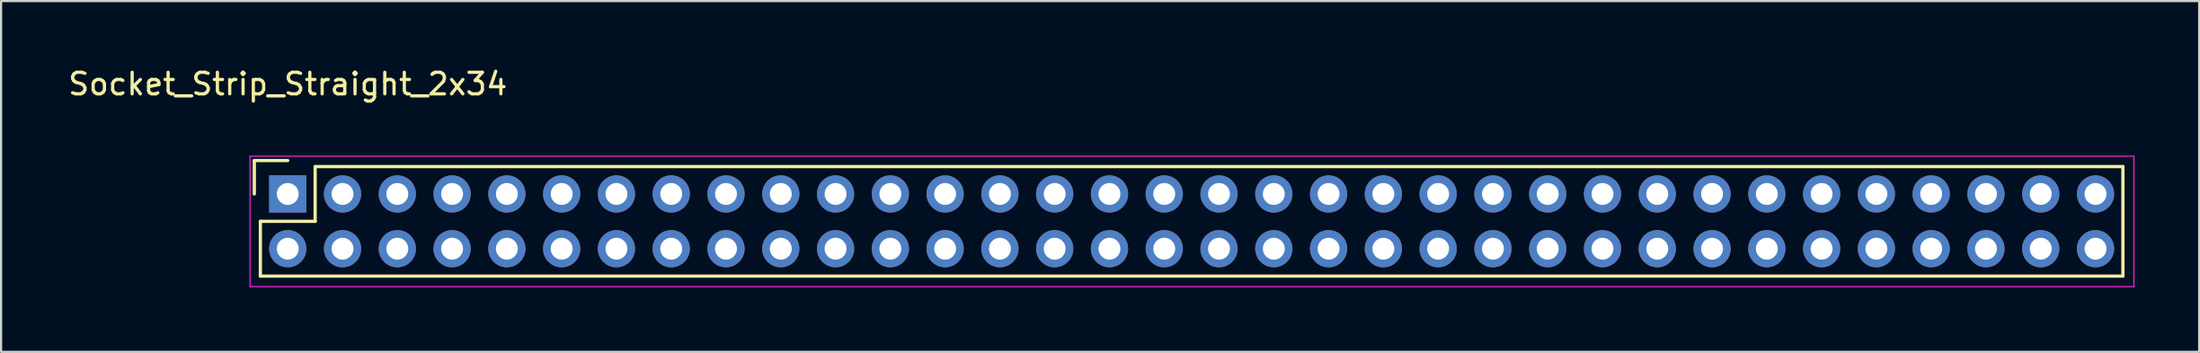
<source format=kicad_pcb>
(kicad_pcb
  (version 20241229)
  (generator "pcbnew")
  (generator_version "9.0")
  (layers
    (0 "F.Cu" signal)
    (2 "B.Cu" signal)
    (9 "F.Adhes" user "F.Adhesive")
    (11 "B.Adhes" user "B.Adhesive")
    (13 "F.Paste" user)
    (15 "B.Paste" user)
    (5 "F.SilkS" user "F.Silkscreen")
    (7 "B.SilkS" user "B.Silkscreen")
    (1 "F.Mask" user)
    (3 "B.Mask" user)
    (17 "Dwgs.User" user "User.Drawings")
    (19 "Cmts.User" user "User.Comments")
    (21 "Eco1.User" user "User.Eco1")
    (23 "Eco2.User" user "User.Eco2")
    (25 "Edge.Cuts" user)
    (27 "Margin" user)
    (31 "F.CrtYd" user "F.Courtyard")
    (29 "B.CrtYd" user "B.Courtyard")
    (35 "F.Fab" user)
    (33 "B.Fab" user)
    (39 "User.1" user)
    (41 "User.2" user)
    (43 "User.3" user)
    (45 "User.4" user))
  (footprint "Socket_Strip_Straight_2x34"
    (layer "F.Cu")
    (at 10.292 5.948)
    (property "Reference" "Socket_Strip_Straight_2x34" (at 0 -5.1 0) (layer "F.SilkS") (effects (font (size 1 1) (thickness 0.15))))
    (attr through_hole)
    (fp_line (start -1.55 -1.55) (end -1.55 0) (stroke (width 0.15) (type solid)) (layer "F.SilkS"))
    (fp_line (start -1.27 1.27) (end 1.27 1.27) (stroke (width 0.15) (type solid)) (layer "F.SilkS"))
    (fp_line (start -1.27 3.81) (end -1.27 1.27) (stroke (width 0.15) (type solid)) (layer "F.SilkS"))
    (fp_line (start 0 -1.55) (end -1.55 -1.55) (stroke (width 0.15) (type solid)) (layer "F.SilkS"))
    (fp_line (start 1.27 -1.27) (end 85.09 -1.27) (stroke (width 0.15) (type solid)) (layer "F.SilkS"))
    (fp_line (start 1.27 1.27) (end 1.27 -1.27) (stroke (width 0.15) (type solid)) (layer "F.SilkS"))
    (fp_line (start 85.09 3.81) (end -1.27 3.81) (stroke (width 0.15) (type solid)) (layer "F.SilkS"))
    (fp_line (start 85.09 3.81) (end 85.09 -1.27) (stroke (width 0.15) (type solid)) (layer "F.SilkS"))
    (fp_line (start -1.75 -1.75) (end -1.75 4.3) (stroke (width 0.05) (type solid)) (layer "F.CrtYd"))
    (fp_line (start -1.75 -1.75) (end 85.6 -1.75) (stroke (width 0.05) (type solid)) (layer "F.CrtYd"))
    (fp_line (start -1.75 4.3) (end 85.6 4.3) (stroke (width 0.05) (type solid)) (layer "F.CrtYd"))
    (fp_line (start 85.6 -1.75) (end 85.6 4.3) (stroke (width 0.05) (type solid)) (layer "F.CrtYd"))
    (pad "1" thru_hole rect (at 0 0) (size 1.727 1.727) (drill 1.016) (layers "*.Cu" "*.Mask"))
    (pad "2" thru_hole oval (at 0 2.54) (size 1.727 1.727) (drill 1.016) (layers "*.Cu" "*.Mask"))
    (pad "3" thru_hole oval (at 2.54 0) (size 1.727 1.727) (drill 1.016) (layers "*.Cu" "*.Mask"))
    (pad "4" thru_hole oval (at 2.54 2.54) (size 1.727 1.727) (drill 1.016) (layers "*.Cu" "*.Mask"))
    (pad "5" thru_hole oval (at 5.08 0) (size 1.727 1.727) (drill 1.016) (layers "*.Cu" "*.Mask"))
    (pad "6" thru_hole oval (at 5.08 2.54) (size 1.727 1.727) (drill 1.016) (layers "*.Cu" "*.Mask"))
    (pad "7" thru_hole oval (at 7.62 0) (size 1.727 1.727) (drill 1.016) (layers "*.Cu" "*.Mask"))
    (pad "8" thru_hole oval (at 7.62 2.54) (size 1.727 1.727) (drill 1.016) (layers "*.Cu" "*.Mask"))
    (pad "9" thru_hole oval (at 10.16 0) (size 1.727 1.727) (drill 1.016) (layers "*.Cu" "*.Mask"))
    (pad "10" thru_hole oval (at 10.16 2.54) (size 1.727 1.727) (drill 1.016) (layers "*.Cu" "*.Mask"))
    (pad "11" thru_hole oval (at 12.7 0) (size 1.727 1.727) (drill 1.016) (layers "*.Cu" "*.Mask"))
    (pad "12" thru_hole oval (at 12.7 2.54) (size 1.727 1.727) (drill 1.016) (layers "*.Cu" "*.Mask"))
    (pad "13" thru_hole oval (at 15.24 0) (size 1.727 1.727) (drill 1.016) (layers "*.Cu" "*.Mask"))
    (pad "14" thru_hole oval (at 15.24 2.54) (size 1.727 1.727) (drill 1.016) (layers "*.Cu" "*.Mask"))
    (pad "15" thru_hole oval (at 17.78 0) (size 1.727 1.727) (drill 1.016) (layers "*.Cu" "*.Mask"))
    (pad "16" thru_hole oval (at 17.78 2.54) (size 1.727 1.727) (drill 1.016) (layers "*.Cu" "*.Mask"))
    (pad "17" thru_hole oval (at 20.32 0) (size 1.727 1.727) (drill 1.016) (layers "*.Cu" "*.Mask"))
    (pad "18" thru_hole oval (at 20.32 2.54) (size 1.727 1.727) (drill 1.016) (layers "*.Cu" "*.Mask"))
    (pad "19" thru_hole oval (at 22.86 0) (size 1.727 1.727) (drill 1.016) (layers "*.Cu" "*.Mask"))
    (pad "20" thru_hole oval (at 22.86 2.54) (size 1.727 1.727) (drill 1.016) (layers "*.Cu" "*.Mask"))
    (pad "21" thru_hole oval (at 25.4 0) (size 1.727 1.727) (drill 1.016) (layers "*.Cu" "*.Mask"))
    (pad "22" thru_hole oval (at 25.4 2.54) (size 1.727 1.727) (drill 1.016) (layers "*.Cu" "*.Mask"))
    (pad "23" thru_hole oval (at 27.94 0) (size 1.727 1.727) (drill 1.016) (layers "*.Cu" "*.Mask"))
    (pad "24" thru_hole oval (at 27.94 2.54) (size 1.727 1.727) (drill 1.016) (layers "*.Cu" "*.Mask"))
    (pad "25" thru_hole oval (at 30.48 0) (size 1.727 1.727) (drill 1.016) (layers "*.Cu" "*.Mask"))
    (pad "26" thru_hole oval (at 30.48 2.54) (size 1.727 1.727) (drill 1.016) (layers "*.Cu" "*.Mask"))
    (pad "27" thru_hole oval (at 33.02 0) (size 1.727 1.727) (drill 1.016) (layers "*.Cu" "*.Mask"))
    (pad "28" thru_hole oval (at 33.02 2.54) (size 1.727 1.727) (drill 1.016) (layers "*.Cu" "*.Mask"))
    (pad "29" thru_hole oval (at 35.56 0) (size 1.727 1.727) (drill 1.016) (layers "*.Cu" "*.Mask"))
    (pad "30" thru_hole oval (at 35.56 2.54) (size 1.727 1.727) (drill 1.016) (layers "*.Cu" "*.Mask"))
    (pad "31" thru_hole oval (at 38.1 0) (size 1.727 1.727) (drill 1.016) (layers "*.Cu" "*.Mask"))
    (pad "32" thru_hole oval (at 38.1 2.54) (size 1.727 1.727) (drill 1.016) (layers "*.Cu" "*.Mask"))
    (pad "33" thru_hole oval (at 40.64 0) (size 1.727 1.727) (drill 1.016) (layers "*.Cu" "*.Mask"))
    (pad "34" thru_hole oval (at 40.64 2.54) (size 1.727 1.727) (drill 1.016) (layers "*.Cu" "*.Mask"))
    (pad "35" thru_hole oval (at 43.18 0) (size 1.727 1.727) (drill 1.016) (layers "*.Cu" "*.Mask"))
    (pad "36" thru_hole oval (at 43.18 2.54) (size 1.727 1.727) (drill 1.016) (layers "*.Cu" "*.Mask"))
    (pad "37" thru_hole oval (at 45.72 0) (size 1.727 1.727) (drill 1.016) (layers "*.Cu" "*.Mask"))
    (pad "38" thru_hole oval (at 45.72 2.54) (size 1.727 1.727) (drill 1.016) (layers "*.Cu" "*.Mask"))
    (pad "39" thru_hole oval (at 48.26 0) (size 1.727 1.727) (drill 1.016) (layers "*.Cu" "*.Mask"))
    (pad "40" thru_hole oval (at 48.26 2.54) (size 1.727 1.727) (drill 1.016) (layers "*.Cu" "*.Mask"))
    (pad "41" thru_hole oval (at 50.8 0) (size 1.727 1.727) (drill 1.016) (layers "*.Cu" "*.Mask"))
    (pad "42" thru_hole oval (at 50.8 2.54) (size 1.727 1.727) (drill 1.016) (layers "*.Cu" "*.Mask"))
    (pad "43" thru_hole oval (at 53.34 0) (size 1.727 1.727) (drill 1.016) (layers "*.Cu" "*.Mask"))
    (pad "44" thru_hole oval (at 53.34 2.54) (size 1.727 1.727) (drill 1.016) (layers "*.Cu" "*.Mask"))
    (pad "45" thru_hole oval (at 55.88 0) (size 1.727 1.727) (drill 1.016) (layers "*.Cu" "*.Mask"))
    (pad "46" thru_hole oval (at 55.88 2.54) (size 1.727 1.727) (drill 1.016) (layers "*.Cu" "*.Mask"))
    (pad "47" thru_hole oval (at 58.42 0) (size 1.727 1.727) (drill 1.016) (layers "*.Cu" "*.Mask"))
    (pad "48" thru_hole oval (at 58.42 2.54) (size 1.727 1.727) (drill 1.016) (layers "*.Cu" "*.Mask"))
    (pad "49" thru_hole oval (at 60.96 0) (size 1.727 1.727) (drill 1.016) (layers "*.Cu" "*.Mask"))
    (pad "50" thru_hole oval (at 60.96 2.54) (size 1.727 1.727) (drill 1.016) (layers "*.Cu" "*.Mask"))
    (pad "51" thru_hole oval (at 63.5 0) (size 1.727 1.727) (drill 1.016) (layers "*.Cu" "*.Mask"))
    (pad "52" thru_hole oval (at 63.5 2.54) (size 1.727 1.727) (drill 1.016) (layers "*.Cu" "*.Mask"))
    (pad "53" thru_hole oval (at 66.04 0) (size 1.727 1.727) (drill 1.016) (layers "*.Cu" "*.Mask"))
    (pad "54" thru_hole oval (at 66.04 2.54) (size 1.727 1.727) (drill 1.016) (layers "*.Cu" "*.Mask"))
    (pad "55" thru_hole oval (at 68.58 0) (size 1.727 1.727) (drill 1.016) (layers "*.Cu" "*.Mask"))
    (pad "56" thru_hole oval (at 68.58 2.54) (size 1.727 1.727) (drill 1.016) (layers "*.Cu" "*.Mask"))
    (pad "57" thru_hole oval (at 71.12 0) (size 1.727 1.727) (drill 1.016) (layers "*.Cu" "*.Mask"))
    (pad "58" thru_hole oval (at 71.12 2.54) (size 1.727 1.727) (drill 1.016) (layers "*.Cu" "*.Mask"))
    (pad "59" thru_hole oval (at 73.66 0) (size 1.727 1.727) (drill 1.016) (layers "*.Cu" "*.Mask"))
    (pad "60" thru_hole oval (at 73.66 2.54) (size 1.727 1.727) (drill 1.016) (layers "*.Cu" "*.Mask"))
    (pad "61" thru_hole oval (at 76.2 0) (size 1.727 1.727) (drill 1.016) (layers "*.Cu" "*.Mask"))
    (pad "62" thru_hole oval (at 76.2 2.54) (size 1.727 1.727) (drill 1.016) (layers "*.Cu" "*.Mask"))
    (pad "63" thru_hole oval (at 78.74 0) (size 1.727 1.727) (drill 1.016) (layers "*.Cu" "*.Mask"))
    (pad "64" thru_hole oval (at 78.74 2.54) (size 1.727 1.727) (drill 1.016) (layers "*.Cu" "*.Mask"))
    (pad "65" thru_hole oval (at 81.28 0) (size 1.727 1.727) (drill 1.016) (layers "*.Cu" "*.Mask"))
    (pad "66" thru_hole oval (at 81.28 2.54) (size 1.727 1.727) (drill 1.016) (layers "*.Cu" "*.Mask"))
    (pad "67" thru_hole oval (at 83.82 0) (size 1.727 1.727) (drill 1.016) (layers "*.Cu" "*.Mask"))
    (pad "68" thru_hole oval (at 83.82 2.54) (size 1.727 1.727) (drill 1.016) (layers "*.Cu" "*.Mask")))
  (gr_rect
    (start -3 -3)
    (end 98.917 13.273)
    (stroke (width 0.1) (type default))
    (fill no)
    (layer "Edge.Cuts")))
</source>
